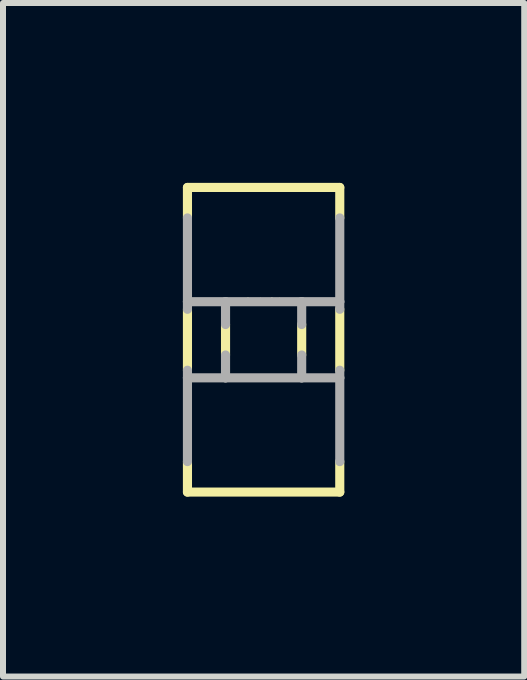
<source format=kicad_pcb>
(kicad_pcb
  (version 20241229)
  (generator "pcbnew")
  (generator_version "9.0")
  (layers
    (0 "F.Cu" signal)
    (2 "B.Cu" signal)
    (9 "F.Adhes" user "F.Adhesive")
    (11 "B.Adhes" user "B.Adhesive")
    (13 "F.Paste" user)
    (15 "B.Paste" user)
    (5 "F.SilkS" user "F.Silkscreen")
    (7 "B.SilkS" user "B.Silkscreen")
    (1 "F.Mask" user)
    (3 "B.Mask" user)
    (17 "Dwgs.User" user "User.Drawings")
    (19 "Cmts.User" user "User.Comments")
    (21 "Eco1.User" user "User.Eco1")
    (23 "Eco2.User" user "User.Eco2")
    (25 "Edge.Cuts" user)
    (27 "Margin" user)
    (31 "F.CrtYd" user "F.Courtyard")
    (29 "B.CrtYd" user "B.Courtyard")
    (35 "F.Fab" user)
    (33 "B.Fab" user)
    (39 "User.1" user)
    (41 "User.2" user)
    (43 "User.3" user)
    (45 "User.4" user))
  (footprint "footprint"
    (layer "F.Cu")
    (at 1.346 2.616)
    (property "Reference" "footprint" (at -0.3 -0.6 0) (layer "F.SilkS") (effects (font (size 0.092 0.092) (thickness 0.008)) (justify left bottom)))
    (fp_line (start -1.27 -2.54) (end -1.27 -2.032) (stroke (width 0.152) (type solid)) (layer "F.SilkS"))
    (fp_line (start -1.27 -2.54) (end 1.27 -2.54) (stroke (width 0.152) (type solid)) (layer "F.SilkS"))
    (fp_line (start -1.27 0.508) (end -1.27 -0.508) (stroke (width 0.152) (type solid)) (layer "F.SilkS"))
    (fp_line (start -1.27 2.032) (end -1.27 2.54) (stroke (width 0.152) (type solid)) (layer "F.SilkS"))
    (fp_line (start -0.635 0.254) (end -0.635 -0.254) (stroke (width 0.152) (type solid)) (layer "F.SilkS"))
    (fp_line (start 0.635 0.254) (end 0.635 -0.254) (stroke (width 0.152) (type solid)) (layer "F.SilkS"))
    (fp_line (start 1.27 -2.032) (end 1.27 -2.54) (stroke (width 0.152) (type solid)) (layer "F.SilkS"))
    (fp_line (start 1.27 -0.508) (end 1.27 0.508) (stroke (width 0.152) (type solid)) (layer "F.SilkS"))
    (fp_line (start 1.27 2.032) (end 1.27 2.54) (stroke (width 0.152) (type solid)) (layer "F.SilkS"))
    (fp_line (start 1.27 2.54) (end -1.27 2.54) (stroke (width 0.152) (type solid)) (layer "F.SilkS"))
    (fp_line (start -1.27 -0.635) (end -1.27 -2.032) (stroke (width 0.152) (type solid)) (layer "F.Fab"))
    (fp_line (start -1.27 -0.635) (end -1.27 -0.508) (stroke (width 0.152) (type solid)) (layer "F.Fab"))
    (fp_line (start -1.27 -0.635) (end -0.635 -0.635) (stroke (width 0.152) (type solid)) (layer "F.Fab"))
    (fp_line (start -1.27 0.508) (end -1.27 0.635) (stroke (width 0.152) (type solid)) (layer "F.Fab"))
    (fp_line (start -1.27 0.635) (end -0.635 0.635) (stroke (width 0.152) (type solid)) (layer "F.Fab"))
    (fp_line (start -1.27 2.032) (end -1.27 0.635) (stroke (width 0.152) (type solid)) (layer "F.Fab"))
    (fp_line (start -0.635 -0.635) (end -0.635 -0.254) (stroke (width 0.152) (type solid)) (layer "F.Fab"))
    (fp_line (start -0.635 0.254) (end -0.635 0.635) (stroke (width 0.152) (type solid)) (layer "F.Fab"))
    (fp_line (start -0.635 0.635) (end 0.635 0.635) (stroke (width 0.152) (type solid)) (layer "F.Fab"))
    (fp_line (start 0.635 -0.635) (end -0.635 -0.635) (stroke (width 0.152) (type solid)) (layer "F.Fab"))
    (fp_line (start 0.635 -0.635) (end 1.27 -0.635) (stroke (width 0.152) (type solid)) (layer "F.Fab"))
    (fp_line (start 0.635 -0.254) (end 0.635 -0.635) (stroke (width 0.152) (type solid)) (layer "F.Fab"))
    (fp_line (start 0.635 0.635) (end 0.635 0.254) (stroke (width 0.152) (type solid)) (layer "F.Fab"))
    (fp_line (start 0.635 0.635) (end 1.27 0.635) (stroke (width 0.152) (type solid)) (layer "F.Fab"))
    (fp_line (start 1.27 -2.032) (end 1.27 -0.635) (stroke (width 0.152) (type solid)) (layer "F.Fab"))
    (fp_line (start 1.27 -0.635) (end 1.27 -0.508) (stroke (width 0.152) (type solid)) (layer "F.Fab"))
    (fp_line (start 1.27 0.508) (end 1.27 0.635) (stroke (width 0.152) (type solid)) (layer "F.Fab"))
    (fp_line (start 1.27 0.635) (end 1.27 2.032) (stroke (width 0.152) (type solid)) (layer "F.Fab")))
  (gr_rect
    (start -3 -3)
    (end 5.692 8.232)
    (stroke (width 0.1) (type default))
    (fill no)
    (layer "Edge.Cuts")))
</source>
